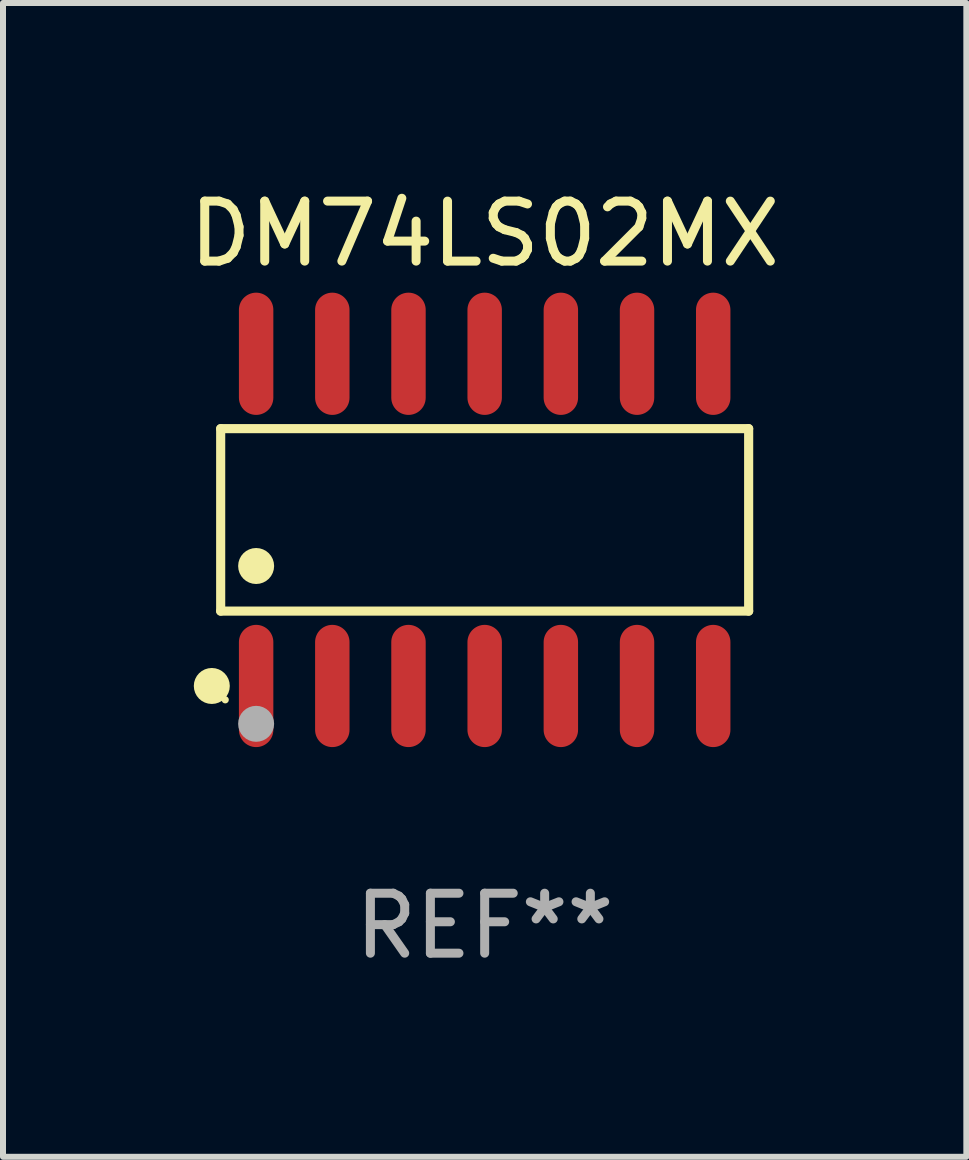
<source format=kicad_pcb>
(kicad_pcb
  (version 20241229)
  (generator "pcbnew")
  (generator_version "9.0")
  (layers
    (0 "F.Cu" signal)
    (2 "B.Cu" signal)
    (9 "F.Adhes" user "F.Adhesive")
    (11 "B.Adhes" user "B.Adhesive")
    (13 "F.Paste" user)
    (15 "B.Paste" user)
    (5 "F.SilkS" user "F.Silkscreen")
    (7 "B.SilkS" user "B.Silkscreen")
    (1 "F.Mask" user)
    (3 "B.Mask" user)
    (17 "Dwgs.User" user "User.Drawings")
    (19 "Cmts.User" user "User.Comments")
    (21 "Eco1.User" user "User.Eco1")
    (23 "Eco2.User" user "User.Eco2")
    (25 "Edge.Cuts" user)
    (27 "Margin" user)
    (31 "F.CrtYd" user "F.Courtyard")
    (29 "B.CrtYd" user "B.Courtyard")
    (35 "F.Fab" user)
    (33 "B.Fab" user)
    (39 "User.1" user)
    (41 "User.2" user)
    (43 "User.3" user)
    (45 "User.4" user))
  (footprint "DM74LS02MX"
    (layer "F.Cu")
    (at 5.03 5.617)
    (property "Reference" "DM74LS02MX" (at 0 -4.769 0) (layer "F.SilkS") (effects (font (size 1 1) (thickness 0.15))))
    (attr through_hole)
    (fp_line (start -4.401 -1.521) (end 4.401 -1.521) (stroke (width 0.152) (type solid)) (layer "F.SilkS"))
    (fp_line (start -4.401 1.521) (end -4.401 -1.521) (stroke (width 0.152) (type solid)) (layer "F.SilkS"))
    (fp_line (start 4.401 -1.521) (end 4.401 1.521) (stroke (width 0.152) (type solid)) (layer "F.SilkS"))
    (fp_line (start 4.401 1.521) (end -4.401 1.521) (stroke (width 0.152) (type solid)) (layer "F.SilkS"))
    (fp_circle (center -4.549 2.769) (end -4.399 2.769) (stroke (width 0.3) (type solid)) (fill no) (layer "F.SilkS"))
    (fp_circle (center -4.325 3) (end -4.295 3) (stroke (width 0.06) (type solid)) (fill no) (layer "F.SilkS"))
    (fp_circle (center -3.81 0.769) (end -3.66 0.769) (stroke (width 0.3) (type solid)) (fill no) (layer "F.SilkS"))
    (fp_circle (center -3.81 3.4) (end -3.66 3.4) (stroke (width 0.3) (type solid)) (fill no) (layer "F.Fab"))
    (fp_text user "REF**" (at 0 6.769 0) (layer "F.Fab") (effects (font (size 1 1) (thickness 0.15))))
    (pad "1" smd oval (at -3.81 2.769) (size 0.574 2.038) (layers "F.Cu" "F.Mask" "F.Paste"))
    (pad "2" smd oval (at -2.54 2.769) (size 0.574 2.038) (layers "F.Cu" "F.Mask" "F.Paste"))
    (pad "3" smd oval (at -1.27 2.769) (size 0.574 2.038) (layers "F.Cu" "F.Mask" "F.Paste"))
    (pad "4" smd oval (at 0 2.769) (size 0.574 2.038) (layers "F.Cu" "F.Mask" "F.Paste"))
    (pad "5" smd oval (at 1.27 2.769) (size 0.574 2.038) (layers "F.Cu" "F.Mask" "F.Paste"))
    (pad "6" smd oval (at 2.54 2.769) (size 0.574 2.038) (layers "F.Cu" "F.Mask" "F.Paste"))
    (pad "7" smd oval (at 3.81 2.769) (size 0.574 2.038) (layers "F.Cu" "F.Mask" "F.Paste"))
    (pad "8" smd oval (at 3.81 -2.769) (size 0.574 2.038) (layers "F.Cu" "F.Mask" "F.Paste"))
    (pad "9" smd oval (at 2.54 -2.769) (size 0.574 2.038) (layers "F.Cu" "F.Mask" "F.Paste"))
    (pad "10" smd oval (at 1.27 -2.769) (size 0.574 2.038) (layers "F.Cu" "F.Mask" "F.Paste"))
    (pad "11" smd oval (at 0 -2.769) (size 0.574 2.038) (layers "F.Cu" "F.Mask" "F.Paste"))
    (pad "12" smd oval (at -1.27 -2.769) (size 0.574 2.038) (layers "F.Cu" "F.Mask" "F.Paste"))
    (pad "13" smd oval (at -2.54 -2.769) (size 0.574 2.038) (layers "F.Cu" "F.Mask" "F.Paste"))
    (pad "14" smd oval (at -3.81 -2.769) (size 0.574 2.038) (layers "F.Cu" "F.Mask" "F.Paste")))
  (gr_rect
    (start -3 -3)
    (end 13.06 16.235)
    (stroke (width 0.1) (type default))
    (fill no)
    (layer "Edge.Cuts")))
</source>
